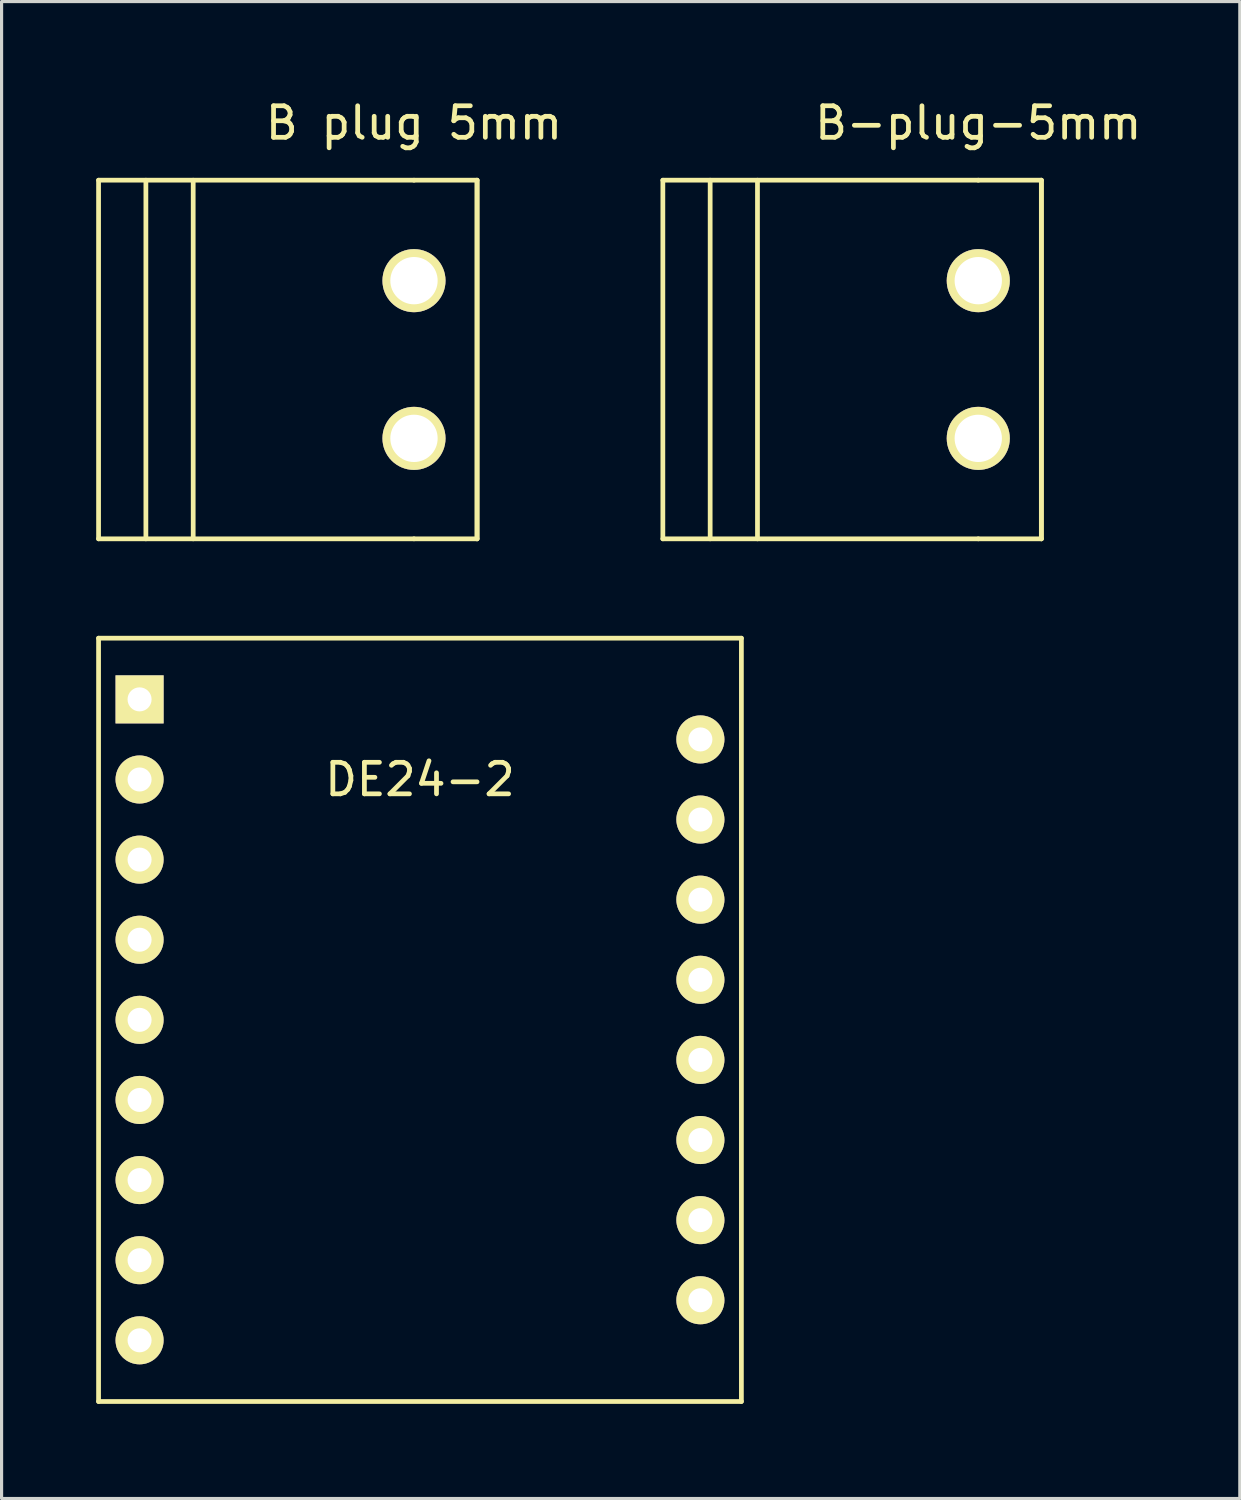
<source format=kicad_pcb>
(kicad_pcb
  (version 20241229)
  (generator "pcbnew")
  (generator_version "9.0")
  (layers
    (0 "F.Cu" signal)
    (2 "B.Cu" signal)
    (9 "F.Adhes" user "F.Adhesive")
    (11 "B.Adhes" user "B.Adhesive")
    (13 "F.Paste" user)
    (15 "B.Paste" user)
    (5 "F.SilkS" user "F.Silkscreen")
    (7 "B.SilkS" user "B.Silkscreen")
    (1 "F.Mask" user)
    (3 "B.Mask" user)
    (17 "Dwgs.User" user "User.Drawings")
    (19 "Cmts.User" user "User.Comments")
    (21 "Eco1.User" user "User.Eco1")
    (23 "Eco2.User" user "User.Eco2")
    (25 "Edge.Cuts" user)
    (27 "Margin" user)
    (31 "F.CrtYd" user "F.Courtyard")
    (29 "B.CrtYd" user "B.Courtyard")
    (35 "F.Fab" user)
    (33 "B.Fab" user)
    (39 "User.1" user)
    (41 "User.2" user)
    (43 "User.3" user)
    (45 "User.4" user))
  (footprint "DE24-2"
    (layer "F.Cu")
    (at 10.265 29.283)
    (property "Reference" "DE24-2" (at 0 -7.62 0) (layer "F.SilkS") (effects (font (size 1 1) (thickness 0.15))))
    (attr through_hole)
    (fp_line (start -10.19 -12.1) (end 10.19 -12.1) (stroke (width 0.15) (type solid)) (layer "F.SilkS"))
    (fp_line (start -10.19 12.1) (end -10.19 -12.1) (stroke (width 0.15) (type solid)) (layer "F.SilkS"))
    (fp_line (start 10.19 -12.1) (end 10.19 12.1) (stroke (width 0.15) (type solid)) (layer "F.SilkS"))
    (fp_line (start 10.19 12.1) (end -10.19 12.1) (stroke (width 0.15) (type solid)) (layer "F.SilkS"))
    (pad "1" thru_hole rect (at -8.89 -10.16) (size 1.524 1.524) (drill 0.762) (layers "*.Cu" "*.Mask" "F.SilkS"))
    (pad "2" thru_hole circle (at -8.89 -7.62) (size 1.524 1.524) (drill 0.762) (layers "*.Cu" "*.Mask" "F.SilkS"))
    (pad "3" thru_hole circle (at -8.89 -5.08) (size 1.524 1.524) (drill 0.762) (layers "*.Cu" "*.Mask" "F.SilkS"))
    (pad "4" thru_hole circle (at -8.89 -2.54) (size 1.524 1.524) (drill 0.762) (layers "*.Cu" "*.Mask" "F.SilkS"))
    (pad "5" thru_hole circle (at -8.89 0) (size 1.524 1.524) (drill 0.762) (layers "*.Cu" "*.Mask" "F.SilkS"))
    (pad "6" thru_hole circle (at -8.89 2.54) (size 1.524 1.524) (drill 0.762) (layers "*.Cu" "*.Mask" "F.SilkS"))
    (pad "7" thru_hole circle (at -8.89 5.08) (size 1.524 1.524) (drill 0.762) (layers "*.Cu" "*.Mask" "F.SilkS"))
    (pad "8" thru_hole circle (at -8.89 7.62) (size 1.524 1.524) (drill 0.762) (layers "*.Cu" "*.Mask" "F.SilkS"))
    (pad "9" thru_hole circle (at -8.89 10.16) (size 1.524 1.524) (drill 0.762) (layers "*.Cu" "*.Mask" "F.SilkS"))
    (pad "10" thru_hole circle (at 8.89 8.89) (size 1.524 1.524) (drill 0.762) (layers "*.Cu" "*.Mask" "F.SilkS"))
    (pad "11" thru_hole circle (at 8.89 6.35) (size 1.524 1.524) (drill 0.762) (layers "*.Cu" "*.Mask" "F.SilkS"))
    (pad "12" thru_hole circle (at 8.89 3.81) (size 1.524 1.524) (drill 0.762) (layers "*.Cu" "*.Mask" "F.SilkS"))
    (pad "13" thru_hole circle (at 8.89 1.27) (size 1.524 1.524) (drill 0.762) (layers "*.Cu" "*.Mask" "F.SilkS"))
    (pad "14" thru_hole circle (at 8.89 -1.27) (size 1.524 1.524) (drill 0.762) (layers "*.Cu" "*.Mask" "F.SilkS"))
    (pad "15" thru_hole circle (at 8.89 -3.81) (size 1.524 1.524) (drill 0.762) (layers "*.Cu" "*.Mask" "F.SilkS"))
    (pad "16" thru_hole circle (at 8.89 -6.35) (size 1.524 1.524) (drill 0.762) (layers "*.Cu" "*.Mask" "F.SilkS"))
    (pad "17" thru_hole circle (at 8.89 -8.89) (size 1.524 1.524) (drill 0.762) (layers "*.Cu" "*.Mask" "F.SilkS")))
  (footprint "B-plug-5mm"
    (layer "F.Cu")
    (at 27.965 8.348)
    (property "Reference" "B-plug-5mm" (at 0 -7.5 0) (layer "F.SilkS") (effects (font (size 1 1) (thickness 0.15))))
    (attr through_hole)
    (fp_line (start -10 -5.685) (end -10 5.685) (stroke (width 0.15) (type solid)) (layer "F.SilkS"))
    (fp_line (start -10 5.685) (end 0 5.685) (stroke (width 0.15) (type solid)) (layer "F.SilkS"))
    (fp_line (start -8.5 -5.685) (end -8.5 5.685) (stroke (width 0.15) (type solid)) (layer "F.SilkS"))
    (fp_line (start -7 -5.685) (end -7 5.685) (stroke (width 0.15) (type solid)) (layer "F.SilkS"))
    (fp_line (start 0 -5.685) (end -10 -5.685) (stroke (width 0.15) (type solid)) (layer "F.SilkS"))
    (fp_line (start 0 -5.685) (end 2 -5.685) (stroke (width 0.15) (type solid)) (layer "F.SilkS"))
    (fp_line (start 2 -5.685) (end 2 5.685) (stroke (width 0.15) (type solid)) (layer "F.SilkS"))
    (fp_line (start 2 -5.685) (end 2 5.685) (stroke (width 0.15) (type solid)) (layer "F.SilkS"))
    (fp_line (start 2 5.685) (end 0 5.685) (stroke (width 0.15) (type solid)) (layer "F.SilkS"))
    (pad "1" thru_hole circle (at 0 -2.5) (size 2 2) (drill 1.5) (layers "*.Cu" "*.Mask" "F.SilkS"))
    (pad "2" thru_hole circle (at 0 2.5) (size 2 2) (drill 1.5) (layers "*.Cu" "*.Mask" "F.SilkS")))
  (footprint "B plug 5mm"
    (layer "F.Cu")
    (at 10.075 8.348)
    (property "Reference" "B plug 5mm" (at 0 -7.5 0) (layer "F.SilkS") (effects (font (size 1 1) (thickness 0.15))))
    (attr through_hole)
    (fp_line (start -10 -5.685) (end -10 5.685) (stroke (width 0.15) (type solid)) (layer "F.SilkS"))
    (fp_line (start -10 5.685) (end 0 5.685) (stroke (width 0.15) (type solid)) (layer "F.SilkS"))
    (fp_line (start -8.5 -5.685) (end -8.5 5.685) (stroke (width 0.15) (type solid)) (layer "F.SilkS"))
    (fp_line (start -7 -5.685) (end -7 5.685) (stroke (width 0.15) (type solid)) (layer "F.SilkS"))
    (fp_line (start 0 -5.685) (end -10 -5.685) (stroke (width 0.15) (type solid)) (layer "F.SilkS"))
    (fp_line (start 0 -5.685) (end 2 -5.685) (stroke (width 0.15) (type solid)) (layer "F.SilkS"))
    (fp_line (start 2 -5.685) (end 2 5.685) (stroke (width 0.15) (type solid)) (layer "F.SilkS"))
    (fp_line (start 2 -5.685) (end 2 5.685) (stroke (width 0.15) (type solid)) (layer "F.SilkS"))
    (fp_line (start 2 5.685) (end 0 5.685) (stroke (width 0.15) (type solid)) (layer "F.SilkS"))
    (pad "1" thru_hole circle (at 0 -2.5) (size 2 2) (drill 1.5) (layers "*.Cu" "*.Mask" "F.SilkS"))
    (pad "2" thru_hole circle (at 0 2.5) (size 2 2) (drill 1.5) (layers "*.Cu" "*.Mask" "F.SilkS")))
  (gr_rect
    (start -3 -3)
    (end 36.257 44.458)
    (stroke (width 0.1) (type default))
    (fill no)
    (layer "Edge.Cuts")))
</source>
